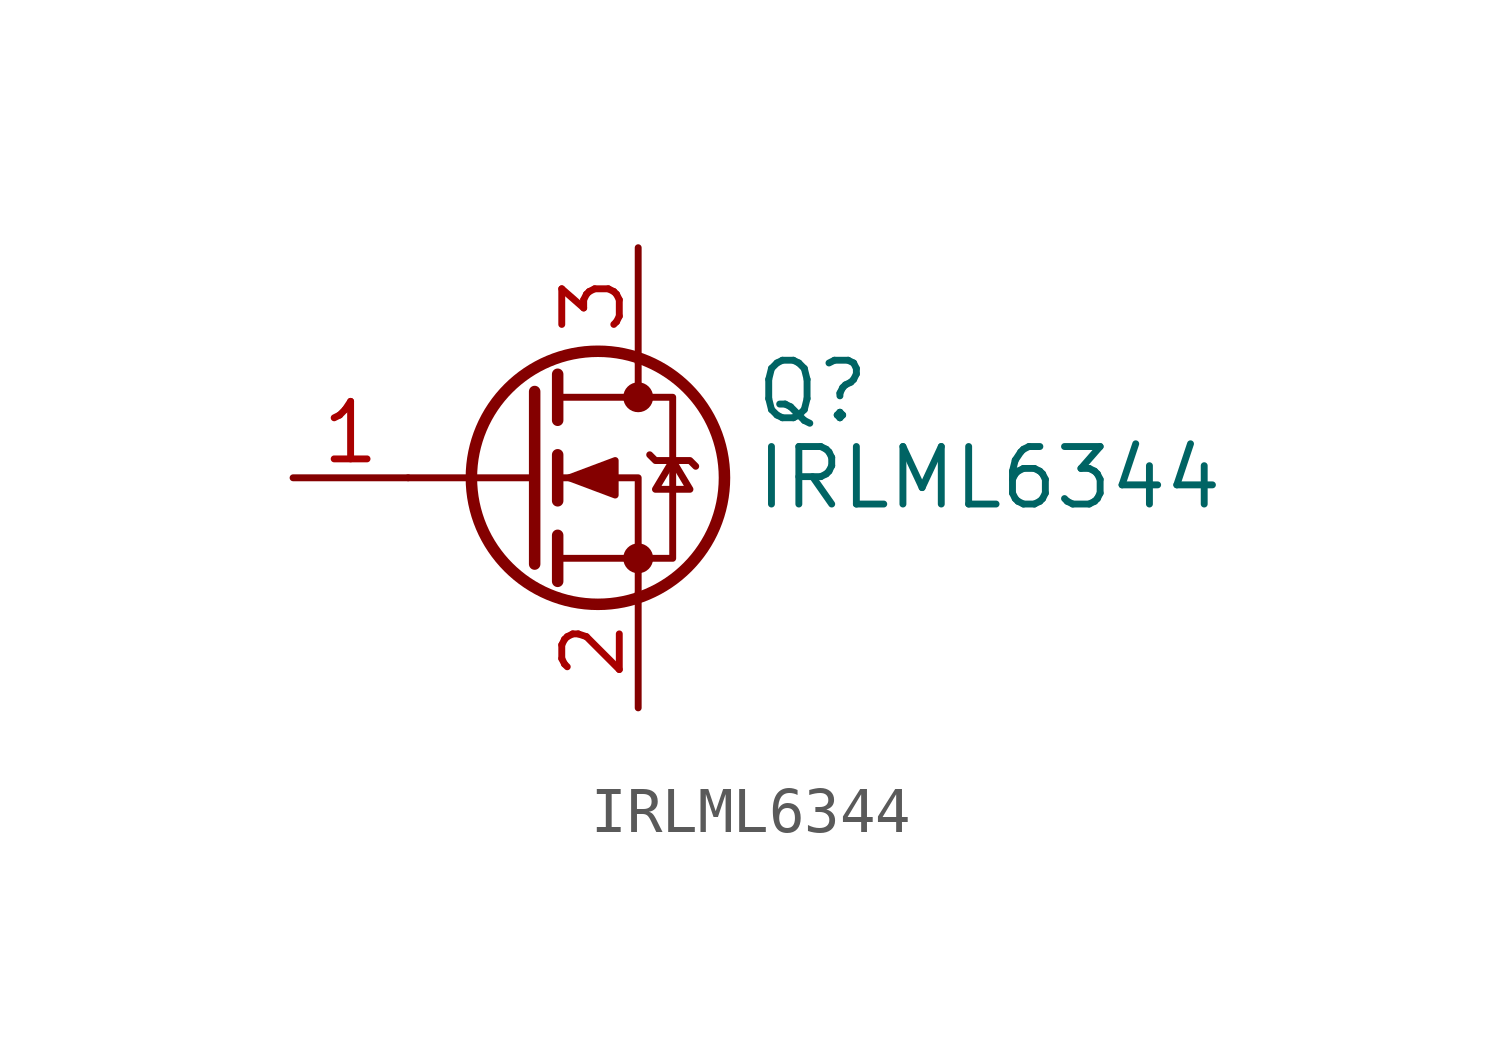
<source format=kicad_sym>
(kicad_symbol_lib
  (version 20231120)
  (generator "kicad_symbol_editor")
  (generator_version "8.0")
  (symbol "IRLML6344"
    (pin_names hide)
    (property "Reference" "Q"
      (at 5.08 1.905 0)
      (effects (font (size 1.27 1.27)) (justify left)))
    (property "Value" "IRLML6344"
      (at 5.08 0 0)
      (effects (font (size 1.27 1.27)) (justify left)))
    (symbol "IRLML6344_0_1"
      (polyline (pts (xy 0.254 0) (xy -2.54 0)) (stroke (width 0) (type default)) (fill (type none)))
      (polyline (pts (xy 0.254 1.905) (xy 0.254 -1.905)) (stroke (width 0.254) (type default)) (fill (type none)))
      (polyline (pts (xy 0.762 -1.27) (xy 0.762 -2.286)) (stroke (width 0.254) (type default)) (fill (type none)))
      (polyline (pts (xy 0.762 0.508) (xy 0.762 -0.508)) (stroke (width 0.254) (type default)) (fill (type none)))
      (polyline (pts (xy 0.762 2.286) (xy 0.762 1.27)) (stroke (width 0.254) (type default)) (fill (type none)))
      (polyline (pts (xy 2.54 2.54) (xy 2.54 1.778)) (stroke (width 0) (type default)) (fill (type none)))
      (polyline (pts (xy 2.54 -2.54) (xy 2.54 0) (xy 0.762 0)) (stroke (width 0) (type default)) (fill (type none)))
      (polyline (pts (xy 0.762 -1.778) (xy 3.302 -1.778) (xy 3.302 1.778) (xy 0.762 1.778)) (stroke (width 0) (type default)) (fill (type none)))
      (polyline (pts (xy 1.016 0) (xy 2.032 0.381) (xy 2.032 -0.381) (xy 1.016 0)) (stroke (width 0) (type default)) (fill (type outline)))
      (polyline (pts (xy 2.794 0.508) (xy 2.921 0.381) (xy 3.683 0.381) (xy 3.81 0.254)) (stroke (width 0) (type default)) (fill (type none)))
      (polyline (pts (xy 3.302 0.381) (xy 2.921 -0.254) (xy 3.683 -0.254) (xy 3.302 0.381)) (stroke (width 0) (type default)) (fill (type none)))
      (circle (center 1.651 0) (radius 2.794) (stroke (width 0.254) (type default)) (fill (type none)))
      (circle (center 2.54 -1.778) (radius 0.254) (stroke (width 0) (type default)) (fill (type outline)))
      (circle (center 2.54 1.778) (radius 0.254) (stroke (width 0) (type default)) (fill (type outline))))
    (symbol "IRLML6344_1_1"
      (pin input line (at -5.08 0 0) (length 2.54) (name "G" (effects (font (size 1.27 1.27)))) (number "1" (effects (font (size 1.27 1.27)))))
      (pin passive line (at 2.54 -5.08 90) (length 2.54) (name "S" (effects (font (size 1.27 1.27)))) (number "2" (effects (font (size 1.27 1.27)))))
      (pin passive line (at 2.54 5.08 270) (length 2.54) (name "D" (effects (font (size 1.27 1.27)))) (number "3" (effects (font (size 1.27 1.27))))))))
</source>
